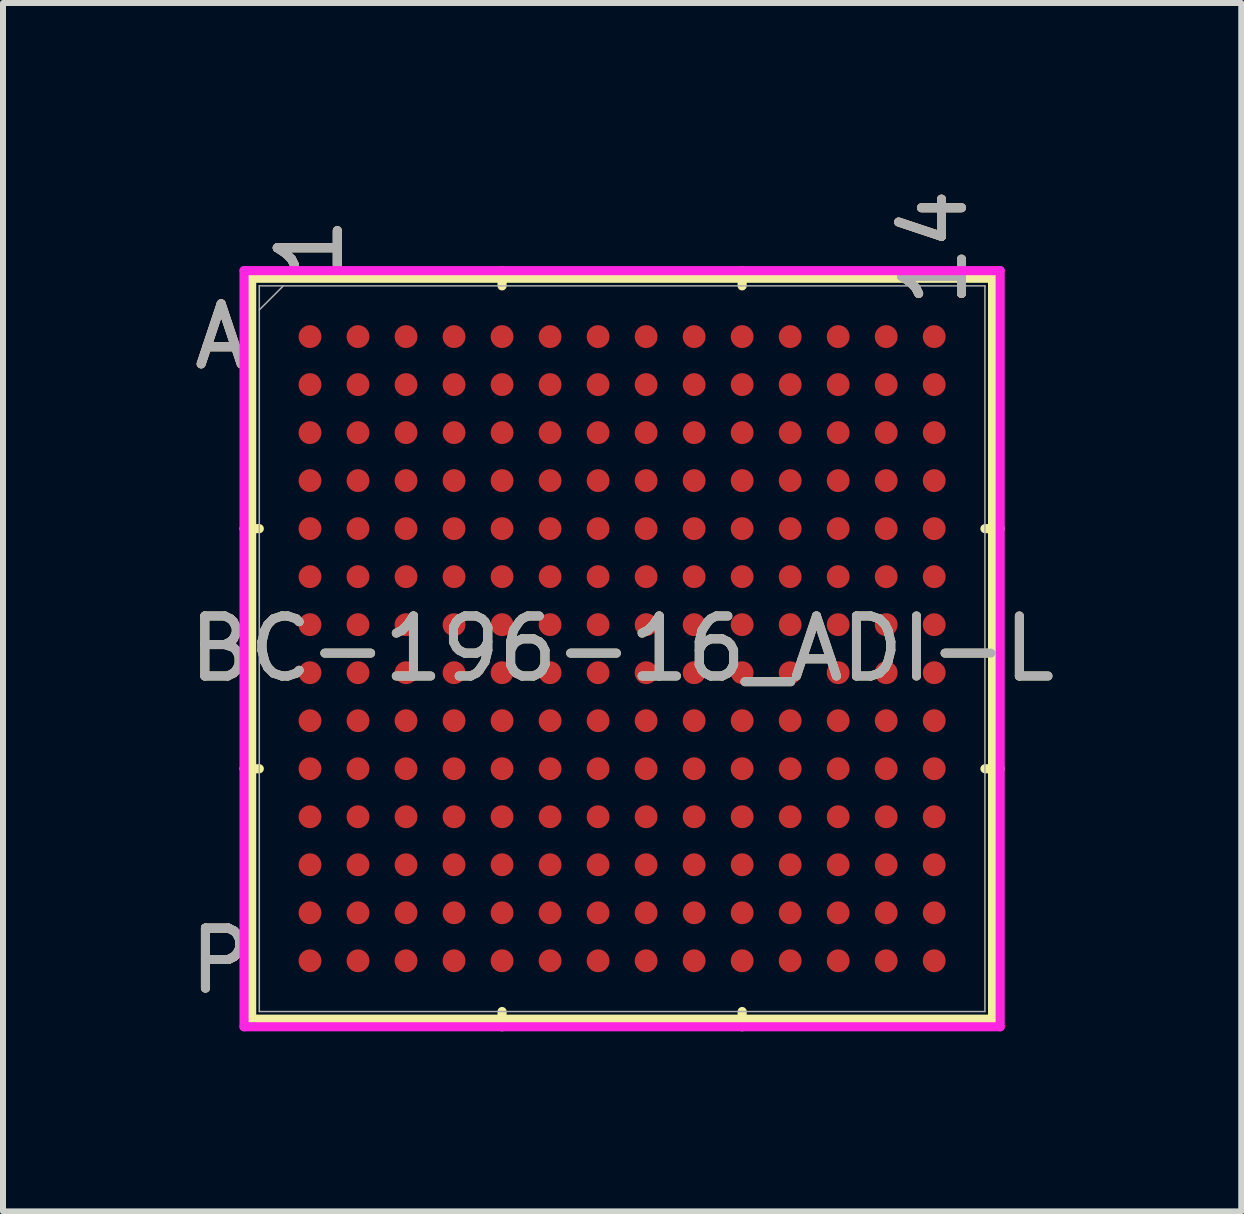
<source format=kicad_pcb>
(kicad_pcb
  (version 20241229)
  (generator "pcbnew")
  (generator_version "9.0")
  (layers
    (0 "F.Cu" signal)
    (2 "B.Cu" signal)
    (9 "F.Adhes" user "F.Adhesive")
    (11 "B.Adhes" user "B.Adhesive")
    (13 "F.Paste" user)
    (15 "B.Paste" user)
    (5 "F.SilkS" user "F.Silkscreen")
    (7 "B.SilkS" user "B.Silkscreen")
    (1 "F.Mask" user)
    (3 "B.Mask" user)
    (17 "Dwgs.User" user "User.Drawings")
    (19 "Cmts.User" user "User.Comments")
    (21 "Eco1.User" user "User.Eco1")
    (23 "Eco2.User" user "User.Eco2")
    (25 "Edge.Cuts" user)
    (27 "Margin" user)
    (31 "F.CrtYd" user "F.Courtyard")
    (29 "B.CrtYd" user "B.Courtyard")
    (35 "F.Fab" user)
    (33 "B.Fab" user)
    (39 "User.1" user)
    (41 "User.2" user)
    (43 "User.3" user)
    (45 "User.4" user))
  (footprint "BC-196-16_ADI-L"
    (layer "F.Cu")
    (at 7.315 7.758)
    (property "Reference" "BC-196-16_ADI-L" (at 0 0 0) (unlocked yes) (layer "F.SilkS") (effects (font (size 1 1) (thickness 0.15))))
    (attr smd)
    (fp_line (start -6.172 -6.172) (end -6.172 6.172) (stroke (width 0.152) (type solid)) (layer "F.SilkS"))
    (fp_line (start -6.172 6.172) (end 6.172 6.172) (stroke (width 0.152) (type solid)) (layer "F.SilkS"))
    (fp_line (start -6.045 -2) (end -6.299 -2) (stroke (width 0.152) (type solid)) (layer "F.SilkS"))
    (fp_line (start -6.045 2) (end -6.299 2) (stroke (width 0.152) (type solid)) (layer "F.SilkS"))
    (fp_line (start -2 -6.045) (end -2 -6.299) (stroke (width 0.152) (type solid)) (layer "F.SilkS"))
    (fp_line (start -2 6.045) (end -2 6.299) (stroke (width 0.152) (type solid)) (layer "F.SilkS"))
    (fp_line (start 2 -6.045) (end 2 -6.299) (stroke (width 0.152) (type solid)) (layer "F.SilkS"))
    (fp_line (start 2 6.045) (end 2 6.299) (stroke (width 0.152) (type solid)) (layer "F.SilkS"))
    (fp_line (start 6.045 -2) (end 6.299 -2) (stroke (width 0.152) (type solid)) (layer "F.SilkS"))
    (fp_line (start 6.045 2) (end 6.299 2) (stroke (width 0.152) (type solid)) (layer "F.SilkS"))
    (fp_line (start 6.172 -6.172) (end -6.172 -6.172) (stroke (width 0.152) (type solid)) (layer "F.SilkS"))
    (fp_line (start 6.172 6.172) (end 6.172 -6.172) (stroke (width 0.152) (type solid)) (layer "F.SilkS"))
    (fp_poly (pts (xy -6.045 -6.045) (xy 6.045 -6.045) (xy 6.045 6.045) (xy -6.045 6.045)) (stroke (width 0.1) (type solid)) (fill no) (layer "Eco2.User"))
    (fp_line (start -6.299 -6.299) (end 6.299 -6.299) (stroke (width 0.152) (type solid)) (layer "F.CrtYd"))
    (fp_line (start -6.299 6.299) (end -6.299 -6.299) (stroke (width 0.152) (type solid)) (layer "F.CrtYd"))
    (fp_line (start 6.299 -6.299) (end 6.299 6.299) (stroke (width 0.152) (type solid)) (layer "F.CrtYd"))
    (fp_line (start 6.299 6.299) (end -6.299 6.299) (stroke (width 0.152) (type solid)) (layer "F.CrtYd"))
    (fp_line (start -6.045 -6.045) (end -6.045 6.045) (stroke (width 0.025) (type solid)) (layer "F.Fab"))
    (fp_line (start -6.045 6.045) (end 6.045 6.045) (stroke (width 0.025) (type solid)) (layer "F.Fab"))
    (fp_line (start -5.645 -6.045) (end -6.045 -5.645) (stroke (width 0.025) (type solid)) (layer "F.Fab"))
    (fp_line (start 6.045 -6.045) (end -6.045 -6.045) (stroke (width 0.025) (type solid)) (layer "F.Fab"))
    (fp_line (start 6.045 6.045) (end 6.045 -6.045) (stroke (width 0.025) (type solid)) (layer "F.Fab"))
    (fp_text user "P" (at -6.68 5.2 0) (unlocked yes) (layer "F.SilkS") (effects (font (size 1 1) (thickness 0.15))))
    (fp_text user "14" (at 5.2 -6.68 90) (unlocked yes) (layer "F.SilkS") (effects (font (size 1 1) (thickness 0.15))))
    (fp_text user "1" (at -5.2 -6.68 90) (unlocked yes) (layer "F.SilkS") (effects (font (size 1 1) (thickness 0.15))))
    (fp_text user "A" (at -6.68 -5.2 0) (unlocked yes) (layer "F.SilkS") (effects (font (size 1 1) (thickness 0.15))))
    (fp_text user "A" (at -6.68 -5.2 0) (unlocked yes) (layer "B.SilkS") (effects (font (size 1 1) (thickness 0.15))))
    (fp_text user "P" (at -6.68 5.2 0) (unlocked yes) (layer "B.SilkS") (effects (font (size 1 1) (thickness 0.15))))
    (fp_text user "14" (at 5.2 -6.68 90) (unlocked yes) (layer "B.SilkS") (effects (font (size 1 1) (thickness 0.15))))
    (fp_text user "1" (at -5.2 -6.68 90) (unlocked yes) (layer "B.SilkS") (effects (font (size 1 1) (thickness 0.15))))
    (fp_text user "1" (at -5.2 -6.68 90) (unlocked yes) (layer "F.Fab") (effects (font (size 1 1) (thickness 0.15))))
    (fp_text user "A" (at -6.68 -5.2 0) (unlocked yes) (layer "F.Fab") (effects (font (size 1 1) (thickness 0.15))))
    (fp_text user "${REFERENCE}" (at 0 0 0) (unlocked yes) (layer "F.Fab") (effects (font (size 1 1) (thickness 0.15))))
    (fp_text user "14" (at 5.2 -6.68 90) (unlocked yes) (layer "F.Fab") (effects (font (size 1 1) (thickness 0.15))))
    (fp_text user "P" (at -6.68 5.2 0) (unlocked yes) (layer "F.Fab") (effects (font (size 1 1) (thickness 0.15))))
    (pad "A1" smd circle (at -5.2 -5.2) (size 0.381 0.381) (layers "F.Cu" "F.Mask" "F.Paste"))
    (pad "A2" smd circle (at -4.4 -5.2) (size 0.381 0.381) (layers "F.Cu" "F.Mask" "F.Paste"))
    (pad "A3" smd circle (at -3.6 -5.2) (size 0.381 0.381) (layers "F.Cu" "F.Mask" "F.Paste"))
    (pad "A4" smd circle (at -2.8 -5.2) (size 0.381 0.381) (layers "F.Cu" "F.Mask" "F.Paste"))
    (pad "A5" smd circle (at -2 -5.2) (size 0.381 0.381) (layers "F.Cu" "F.Mask" "F.Paste"))
    (pad "A6" smd circle (at -1.2 -5.2) (size 0.381 0.381) (layers "F.Cu" "F.Mask" "F.Paste"))
    (pad "A7" smd circle (at -0.4 -5.2) (size 0.381 0.381) (layers "F.Cu" "F.Mask" "F.Paste"))
    (pad "A8" smd circle (at 0.4 -5.2) (size 0.381 0.381) (layers "F.Cu" "F.Mask" "F.Paste"))
    (pad "A9" smd circle (at 1.2 -5.2) (size 0.381 0.381) (layers "F.Cu" "F.Mask" "F.Paste"))
    (pad "A10" smd circle (at 2 -5.2) (size 0.381 0.381) (layers "F.Cu" "F.Mask" "F.Paste"))
    (pad "A11" smd circle (at 2.8 -5.2) (size 0.381 0.381) (layers "F.Cu" "F.Mask" "F.Paste"))
    (pad "A12" smd circle (at 3.6 -5.2) (size 0.381 0.381) (layers "F.Cu" "F.Mask" "F.Paste"))
    (pad "A13" smd circle (at 4.4 -5.2) (size 0.381 0.381) (layers "F.Cu" "F.Mask" "F.Paste"))
    (pad "A14" smd circle (at 5.2 -5.2) (size 0.381 0.381) (layers "F.Cu" "F.Mask" "F.Paste"))
    (pad "B1" smd circle (at -5.2 -4.4) (size 0.381 0.381) (layers "F.Cu" "F.Mask" "F.Paste"))
    (pad "B2" smd circle (at -4.4 -4.4) (size 0.381 0.381) (layers "F.Cu" "F.Mask" "F.Paste"))
    (pad "B3" smd circle (at -3.6 -4.4) (size 0.381 0.381) (layers "F.Cu" "F.Mask" "F.Paste"))
    (pad "B4" smd circle (at -2.8 -4.4) (size 0.381 0.381) (layers "F.Cu" "F.Mask" "F.Paste"))
    (pad "B5" smd circle (at -2 -4.4) (size 0.381 0.381) (layers "F.Cu" "F.Mask" "F.Paste"))
    (pad "B6" smd circle (at -1.2 -4.4) (size 0.381 0.381) (layers "F.Cu" "F.Mask" "F.Paste"))
    (pad "B7" smd circle (at -0.4 -4.4) (size 0.381 0.381) (layers "F.Cu" "F.Mask" "F.Paste"))
    (pad "B8" smd circle (at 0.4 -4.4) (size 0.381 0.381) (layers "F.Cu" "F.Mask" "F.Paste"))
    (pad "B9" smd circle (at 1.2 -4.4) (size 0.381 0.381) (layers "F.Cu" "F.Mask" "F.Paste"))
    (pad "B10" smd circle (at 2 -4.4) (size 0.381 0.381) (layers "F.Cu" "F.Mask" "F.Paste"))
    (pad "B11" smd circle (at 2.8 -4.4) (size 0.381 0.381) (layers "F.Cu" "F.Mask" "F.Paste"))
    (pad "B12" smd circle (at 3.6 -4.4) (size 0.381 0.381) (layers "F.Cu" "F.Mask" "F.Paste"))
    (pad "B13" smd circle (at 4.4 -4.4) (size 0.381 0.381) (layers "F.Cu" "F.Mask" "F.Paste"))
    (pad "B14" smd circle (at 5.2 -4.4) (size 0.381 0.381) (layers "F.Cu" "F.Mask" "F.Paste"))
    (pad "C1" smd circle (at -5.2 -3.6) (size 0.381 0.381) (layers "F.Cu" "F.Mask" "F.Paste"))
    (pad "C2" smd circle (at -4.4 -3.6) (size 0.381 0.381) (layers "F.Cu" "F.Mask" "F.Paste"))
    (pad "C3" smd circle (at -3.6 -3.6) (size 0.381 0.381) (layers "F.Cu" "F.Mask" "F.Paste"))
    (pad "C4" smd circle (at -2.8 -3.6) (size 0.381 0.381) (layers "F.Cu" "F.Mask" "F.Paste"))
    (pad "C5" smd circle (at -2 -3.6) (size 0.381 0.381) (layers "F.Cu" "F.Mask" "F.Paste"))
    (pad "C6" smd circle (at -1.2 -3.6) (size 0.381 0.381) (layers "F.Cu" "F.Mask" "F.Paste"))
    (pad "C7" smd circle (at -0.4 -3.6) (size 0.381 0.381) (layers "F.Cu" "F.Mask" "F.Paste"))
    (pad "C8" smd circle (at 0.4 -3.6) (size 0.381 0.381) (layers "F.Cu" "F.Mask" "F.Paste"))
    (pad "C9" smd circle (at 1.2 -3.6) (size 0.381 0.381) (layers "F.Cu" "F.Mask" "F.Paste"))
    (pad "C10" smd circle (at 2 -3.6) (size 0.381 0.381) (layers "F.Cu" "F.Mask" "F.Paste"))
    (pad "C11" smd circle (at 2.8 -3.6) (size 0.381 0.381) (layers "F.Cu" "F.Mask" "F.Paste"))
    (pad "C12" smd circle (at 3.6 -3.6) (size 0.381 0.381) (layers "F.Cu" "F.Mask" "F.Paste"))
    (pad "C13" smd circle (at 4.4 -3.6) (size 0.381 0.381) (layers "F.Cu" "F.Mask" "F.Paste"))
    (pad "C14" smd circle (at 5.2 -3.6) (size 0.381 0.381) (layers "F.Cu" "F.Mask" "F.Paste"))
    (pad "D1" smd circle (at -5.2 -2.8) (size 0.381 0.381) (layers "F.Cu" "F.Mask" "F.Paste"))
    (pad "D2" smd circle (at -4.4 -2.8) (size 0.381 0.381) (layers "F.Cu" "F.Mask" "F.Paste"))
    (pad "D3" smd circle (at -3.6 -2.8) (size 0.381 0.381) (layers "F.Cu" "F.Mask" "F.Paste"))
    (pad "D4" smd circle (at -2.8 -2.8) (size 0.381 0.381) (layers "F.Cu" "F.Mask" "F.Paste"))
    (pad "D5" smd circle (at -2 -2.8) (size 0.381 0.381) (layers "F.Cu" "F.Mask" "F.Paste"))
    (pad "D6" smd circle (at -1.2 -2.8) (size 0.381 0.381) (layers "F.Cu" "F.Mask" "F.Paste"))
    (pad "D7" smd circle (at -0.4 -2.8) (size 0.381 0.381) (layers "F.Cu" "F.Mask" "F.Paste"))
    (pad "D8" smd circle (at 0.4 -2.8) (size 0.381 0.381) (layers "F.Cu" "F.Mask" "F.Paste"))
    (pad "D9" smd circle (at 1.2 -2.8) (size 0.381 0.381) (layers "F.Cu" "F.Mask" "F.Paste"))
    (pad "D10" smd circle (at 2 -2.8) (size 0.381 0.381) (layers "F.Cu" "F.Mask" "F.Paste"))
    (pad "D11" smd circle (at 2.8 -2.8) (size 0.381 0.381) (layers "F.Cu" "F.Mask" "F.Paste"))
    (pad "D12" smd circle (at 3.6 -2.8) (size 0.381 0.381) (layers "F.Cu" "F.Mask" "F.Paste"))
    (pad "D13" smd circle (at 4.4 -2.8) (size 0.381 0.381) (layers "F.Cu" "F.Mask" "F.Paste"))
    (pad "D14" smd circle (at 5.2 -2.8) (size 0.381 0.381) (layers "F.Cu" "F.Mask" "F.Paste"))
    (pad "E1" smd circle (at -5.2 -2) (size 0.381 0.381) (layers "F.Cu" "F.Mask" "F.Paste"))
    (pad "E2" smd circle (at -4.4 -2) (size 0.381 0.381) (layers "F.Cu" "F.Mask" "F.Paste"))
    (pad "E3" smd circle (at -3.6 -2) (size 0.381 0.381) (layers "F.Cu" "F.Mask" "F.Paste"))
    (pad "E4" smd circle (at -2.8 -2) (size 0.381 0.381) (layers "F.Cu" "F.Mask" "F.Paste"))
    (pad "E5" smd circle (at -2 -2) (size 0.381 0.381) (layers "F.Cu" "F.Mask" "F.Paste"))
    (pad "E6" smd circle (at -1.2 -2) (size 0.381 0.381) (layers "F.Cu" "F.Mask" "F.Paste"))
    (pad "E7" smd circle (at -0.4 -2) (size 0.381 0.381) (layers "F.Cu" "F.Mask" "F.Paste"))
    (pad "E8" smd circle (at 0.4 -2) (size 0.381 0.381) (layers "F.Cu" "F.Mask" "F.Paste"))
    (pad "E9" smd circle (at 1.2 -2) (size 0.381 0.381) (layers "F.Cu" "F.Mask" "F.Paste"))
    (pad "E10" smd circle (at 2 -2) (size 0.381 0.381) (layers "F.Cu" "F.Mask" "F.Paste"))
    (pad "E11" smd circle (at 2.8 -2) (size 0.381 0.381) (layers "F.Cu" "F.Mask" "F.Paste"))
    (pad "E12" smd circle (at 3.6 -2) (size 0.381 0.381) (layers "F.Cu" "F.Mask" "F.Paste"))
    (pad "E13" smd circle (at 4.4 -2) (size 0.381 0.381) (layers "F.Cu" "F.Mask" "F.Paste"))
    (pad "E14" smd circle (at 5.2 -2) (size 0.381 0.381) (layers "F.Cu" "F.Mask" "F.Paste"))
    (pad "F1" smd circle (at -5.2 -1.2) (size 0.381 0.381) (layers "F.Cu" "F.Mask" "F.Paste"))
    (pad "F2" smd circle (at -4.4 -1.2) (size 0.381 0.381) (layers "F.Cu" "F.Mask" "F.Paste"))
    (pad "F3" smd circle (at -3.6 -1.2) (size 0.381 0.381) (layers "F.Cu" "F.Mask" "F.Paste"))
    (pad "F4" smd circle (at -2.8 -1.2) (size 0.381 0.381) (layers "F.Cu" "F.Mask" "F.Paste"))
    (pad "F5" smd circle (at -2 -1.2) (size 0.381 0.381) (layers "F.Cu" "F.Mask" "F.Paste"))
    (pad "F6" smd circle (at -1.2 -1.2) (size 0.381 0.381) (layers "F.Cu" "F.Mask" "F.Paste"))
    (pad "F7" smd circle (at -0.4 -1.2) (size 0.381 0.381) (layers "F.Cu" "F.Mask" "F.Paste"))
    (pad "F8" smd circle (at 0.4 -1.2) (size 0.381 0.381) (layers "F.Cu" "F.Mask" "F.Paste"))
    (pad "F9" smd circle (at 1.2 -1.2) (size 0.381 0.381) (layers "F.Cu" "F.Mask" "F.Paste"))
    (pad "F10" smd circle (at 2 -1.2) (size 0.381 0.381) (layers "F.Cu" "F.Mask" "F.Paste"))
    (pad "F11" smd circle (at 2.8 -1.2) (size 0.381 0.381) (layers "F.Cu" "F.Mask" "F.Paste"))
    (pad "F12" smd circle (at 3.6 -1.2) (size 0.381 0.381) (layers "F.Cu" "F.Mask" "F.Paste"))
    (pad "F13" smd circle (at 4.4 -1.2) (size 0.381 0.381) (layers "F.Cu" "F.Mask" "F.Paste"))
    (pad "F14" smd circle (at 5.2 -1.2) (size 0.381 0.381) (layers "F.Cu" "F.Mask" "F.Paste"))
    (pad "G1" smd circle (at -5.2 -0.4) (size 0.381 0.381) (layers "F.Cu" "F.Mask" "F.Paste"))
    (pad "G2" smd circle (at -4.4 -0.4) (size 0.381 0.381) (layers "F.Cu" "F.Mask" "F.Paste"))
    (pad "G3" smd circle (at -3.6 -0.4) (size 0.381 0.381) (layers "F.Cu" "F.Mask" "F.Paste"))
    (pad "G4" smd circle (at -2.8 -0.4) (size 0.381 0.381) (layers "F.Cu" "F.Mask" "F.Paste"))
    (pad "G5" smd circle (at -2 -0.4) (size 0.381 0.381) (layers "F.Cu" "F.Mask" "F.Paste"))
    (pad "G6" smd circle (at -1.2 -0.4) (size 0.381 0.381) (layers "F.Cu" "F.Mask" "F.Paste"))
    (pad "G7" smd circle (at -0.4 -0.4) (size 0.381 0.381) (layers "F.Cu" "F.Mask" "F.Paste"))
    (pad "G8" smd circle (at 0.4 -0.4) (size 0.381 0.381) (layers "F.Cu" "F.Mask" "F.Paste"))
    (pad "G9" smd circle (at 1.2 -0.4) (size 0.381 0.381) (layers "F.Cu" "F.Mask" "F.Paste"))
    (pad "G10" smd circle (at 2 -0.4) (size 0.381 0.381) (layers "F.Cu" "F.Mask" "F.Paste"))
    (pad "G11" smd circle (at 2.8 -0.4) (size 0.381 0.381) (layers "F.Cu" "F.Mask" "F.Paste"))
    (pad "G12" smd circle (at 3.6 -0.4) (size 0.381 0.381) (layers "F.Cu" "F.Mask" "F.Paste"))
    (pad "G13" smd circle (at 4.4 -0.4) (size 0.381 0.381) (layers "F.Cu" "F.Mask" "F.Paste"))
    (pad "G14" smd circle (at 5.2 -0.4) (size 0.381 0.381) (layers "F.Cu" "F.Mask" "F.Paste"))
    (pad "H1" smd circle (at -5.2 0.4) (size 0.381 0.381) (layers "F.Cu" "F.Mask" "F.Paste"))
    (pad "H2" smd circle (at -4.4 0.4) (size 0.381 0.381) (layers "F.Cu" "F.Mask" "F.Paste"))
    (pad "H3" smd circle (at -3.6 0.4) (size 0.381 0.381) (layers "F.Cu" "F.Mask" "F.Paste"))
    (pad "H4" smd circle (at -2.8 0.4) (size 0.381 0.381) (layers "F.Cu" "F.Mask" "F.Paste"))
    (pad "H5" smd circle (at -2 0.4) (size 0.381 0.381) (layers "F.Cu" "F.Mask" "F.Paste"))
    (pad "H6" smd circle (at -1.2 0.4) (size 0.381 0.381) (layers "F.Cu" "F.Mask" "F.Paste"))
    (pad "H7" smd circle (at -0.4 0.4) (size 0.381 0.381) (layers "F.Cu" "F.Mask" "F.Paste"))
    (pad "H8" smd circle (at 0.4 0.4) (size 0.381 0.381) (layers "F.Cu" "F.Mask" "F.Paste"))
    (pad "H9" smd circle (at 1.2 0.4) (size 0.381 0.381) (layers "F.Cu" "F.Mask" "F.Paste"))
    (pad "H10" smd circle (at 2 0.4) (size 0.381 0.381) (layers "F.Cu" "F.Mask" "F.Paste"))
    (pad "H11" smd circle (at 2.8 0.4) (size 0.381 0.381) (layers "F.Cu" "F.Mask" "F.Paste"))
    (pad "H12" smd circle (at 3.6 0.4) (size 0.381 0.381) (layers "F.Cu" "F.Mask" "F.Paste"))
    (pad "H13" smd circle (at 4.4 0.4) (size 0.381 0.381) (layers "F.Cu" "F.Mask" "F.Paste"))
    (pad "H14" smd circle (at 5.2 0.4) (size 0.381 0.381) (layers "F.Cu" "F.Mask" "F.Paste"))
    (pad "J1" smd circle (at -5.2 1.2) (size 0.381 0.381) (layers "F.Cu" "F.Mask" "F.Paste"))
    (pad "J2" smd circle (at -4.4 1.2) (size 0.381 0.381) (layers "F.Cu" "F.Mask" "F.Paste"))
    (pad "J3" smd circle (at -3.6 1.2) (size 0.381 0.381) (layers "F.Cu" "F.Mask" "F.Paste"))
    (pad "J4" smd circle (at -2.8 1.2) (size 0.381 0.381) (layers "F.Cu" "F.Mask" "F.Paste"))
    (pad "J5" smd circle (at -2 1.2) (size 0.381 0.381) (layers "F.Cu" "F.Mask" "F.Paste"))
    (pad "J6" smd circle (at -1.2 1.2) (size 0.381 0.381) (layers "F.Cu" "F.Mask" "F.Paste"))
    (pad "J7" smd circle (at -0.4 1.2) (size 0.381 0.381) (layers "F.Cu" "F.Mask" "F.Paste"))
    (pad "J8" smd circle (at 0.4 1.2) (size 0.381 0.381) (layers "F.Cu" "F.Mask" "F.Paste"))
    (pad "J9" smd circle (at 1.2 1.2) (size 0.381 0.381) (layers "F.Cu" "F.Mask" "F.Paste"))
    (pad "J10" smd circle (at 2 1.2) (size 0.381 0.381) (layers "F.Cu" "F.Mask" "F.Paste"))
    (pad "J11" smd circle (at 2.8 1.2) (size 0.381 0.381) (layers "F.Cu" "F.Mask" "F.Paste"))
    (pad "J12" smd circle (at 3.6 1.2) (size 0.381 0.381) (layers "F.Cu" "F.Mask" "F.Paste"))
    (pad "J13" smd circle (at 4.4 1.2) (size 0.381 0.381) (layers "F.Cu" "F.Mask" "F.Paste"))
    (pad "J14" smd circle (at 5.2 1.2) (size 0.381 0.381) (layers "F.Cu" "F.Mask" "F.Paste"))
    (pad "K1" smd circle (at -5.2 2) (size 0.381 0.381) (layers "F.Cu" "F.Mask" "F.Paste"))
    (pad "K2" smd circle (at -4.4 2) (size 0.381 0.381) (layers "F.Cu" "F.Mask" "F.Paste"))
    (pad "K3" smd circle (at -3.6 2) (size 0.381 0.381) (layers "F.Cu" "F.Mask" "F.Paste"))
    (pad "K4" smd circle (at -2.8 2) (size 0.381 0.381) (layers "F.Cu" "F.Mask" "F.Paste"))
    (pad "K5" smd circle (at -2 2) (size 0.381 0.381) (layers "F.Cu" "F.Mask" "F.Paste"))
    (pad "K6" smd circle (at -1.2 2) (size 0.381 0.381) (layers "F.Cu" "F.Mask" "F.Paste"))
    (pad "K7" smd circle (at -0.4 2) (size 0.381 0.381) (layers "F.Cu" "F.Mask" "F.Paste"))
    (pad "K8" smd circle (at 0.4 2) (size 0.381 0.381) (layers "F.Cu" "F.Mask" "F.Paste"))
    (pad "K9" smd circle (at 1.2 2) (size 0.381 0.381) (layers "F.Cu" "F.Mask" "F.Paste"))
    (pad "K10" smd circle (at 2 2) (size 0.381 0.381) (layers "F.Cu" "F.Mask" "F.Paste"))
    (pad "K11" smd circle (at 2.8 2) (size 0.381 0.381) (layers "F.Cu" "F.Mask" "F.Paste"))
    (pad "K12" smd circle (at 3.6 2) (size 0.381 0.381) (layers "F.Cu" "F.Mask" "F.Paste"))
    (pad "K13" smd circle (at 4.4 2) (size 0.381 0.381) (layers "F.Cu" "F.Mask" "F.Paste"))
    (pad "K14" smd circle (at 5.2 2) (size 0.381 0.381) (layers "F.Cu" "F.Mask" "F.Paste"))
    (pad "L1" smd circle (at -5.2 2.8) (size 0.381 0.381) (layers "F.Cu" "F.Mask" "F.Paste"))
    (pad "L2" smd circle (at -4.4 2.8) (size 0.381 0.381) (layers "F.Cu" "F.Mask" "F.Paste"))
    (pad "L3" smd circle (at -3.6 2.8) (size 0.381 0.381) (layers "F.Cu" "F.Mask" "F.Paste"))
    (pad "L4" smd circle (at -2.8 2.8) (size 0.381 0.381) (layers "F.Cu" "F.Mask" "F.Paste"))
    (pad "L5" smd circle (at -2 2.8) (size 0.381 0.381) (layers "F.Cu" "F.Mask" "F.Paste"))
    (pad "L6" smd circle (at -1.2 2.8) (size 0.381 0.381) (layers "F.Cu" "F.Mask" "F.Paste"))
    (pad "L7" smd circle (at -0.4 2.8) (size 0.381 0.381) (layers "F.Cu" "F.Mask" "F.Paste"))
    (pad "L8" smd circle (at 0.4 2.8) (size 0.381 0.381) (layers "F.Cu" "F.Mask" "F.Paste"))
    (pad "L9" smd circle (at 1.2 2.8) (size 0.381 0.381) (layers "F.Cu" "F.Mask" "F.Paste"))
    (pad "L10" smd circle (at 2 2.8) (size 0.381 0.381) (layers "F.Cu" "F.Mask" "F.Paste"))
    (pad "L11" smd circle (at 2.8 2.8) (size 0.381 0.381) (layers "F.Cu" "F.Mask" "F.Paste"))
    (pad "L12" smd circle (at 3.6 2.8) (size 0.381 0.381) (layers "F.Cu" "F.Mask" "F.Paste"))
    (pad "L13" smd circle (at 4.4 2.8) (size 0.381 0.381) (layers "F.Cu" "F.Mask" "F.Paste"))
    (pad "L14" smd circle (at 5.2 2.8) (size 0.381 0.381) (layers "F.Cu" "F.Mask" "F.Paste"))
    (pad "M1" smd circle (at -5.2 3.6) (size 0.381 0.381) (layers "F.Cu" "F.Mask" "F.Paste"))
    (pad "M2" smd circle (at -4.4 3.6) (size 0.381 0.381) (layers "F.Cu" "F.Mask" "F.Paste"))
    (pad "M3" smd circle (at -3.6 3.6) (size 0.381 0.381) (layers "F.Cu" "F.Mask" "F.Paste"))
    (pad "M4" smd circle (at -2.8 3.6) (size 0.381 0.381) (layers "F.Cu" "F.Mask" "F.Paste"))
    (pad "M5" smd circle (at -2 3.6) (size 0.381 0.381) (layers "F.Cu" "F.Mask" "F.Paste"))
    (pad "M6" smd circle (at -1.2 3.6) (size 0.381 0.381) (layers "F.Cu" "F.Mask" "F.Paste"))
    (pad "M7" smd circle (at -0.4 3.6) (size 0.381 0.381) (layers "F.Cu" "F.Mask" "F.Paste"))
    (pad "M8" smd circle (at 0.4 3.6) (size 0.381 0.381) (layers "F.Cu" "F.Mask" "F.Paste"))
    (pad "M9" smd circle (at 1.2 3.6) (size 0.381 0.381) (layers "F.Cu" "F.Mask" "F.Paste"))
    (pad "M10" smd circle (at 2 3.6) (size 0.381 0.381) (layers "F.Cu" "F.Mask" "F.Paste"))
    (pad "M11" smd circle (at 2.8 3.6) (size 0.381 0.381) (layers "F.Cu" "F.Mask" "F.Paste"))
    (pad "M12" smd circle (at 3.6 3.6) (size 0.381 0.381) (layers "F.Cu" "F.Mask" "F.Paste"))
    (pad "M13" smd circle (at 4.4 3.6) (size 0.381 0.381) (layers "F.Cu" "F.Mask" "F.Paste"))
    (pad "M14" smd circle (at 5.2 3.6) (size 0.381 0.381) (layers "F.Cu" "F.Mask" "F.Paste"))
    (pad "N1" smd circle (at -5.2 4.4) (size 0.381 0.381) (layers "F.Cu" "F.Mask" "F.Paste"))
    (pad "N2" smd circle (at -4.4 4.4) (size 0.381 0.381) (layers "F.Cu" "F.Mask" "F.Paste"))
    (pad "N3" smd circle (at -3.6 4.4) (size 0.381 0.381) (layers "F.Cu" "F.Mask" "F.Paste"))
    (pad "N4" smd circle (at -2.8 4.4) (size 0.381 0.381) (layers "F.Cu" "F.Mask" "F.Paste"))
    (pad "N5" smd circle (at -2 4.4) (size 0.381 0.381) (layers "F.Cu" "F.Mask" "F.Paste"))
    (pad "N6" smd circle (at -1.2 4.4) (size 0.381 0.381) (layers "F.Cu" "F.Mask" "F.Paste"))
    (pad "N7" smd circle (at -0.4 4.4) (size 0.381 0.381) (layers "F.Cu" "F.Mask" "F.Paste"))
    (pad "N8" smd circle (at 0.4 4.4) (size 0.381 0.381) (layers "F.Cu" "F.Mask" "F.Paste"))
    (pad "N9" smd circle (at 1.2 4.4) (size 0.381 0.381) (layers "F.Cu" "F.Mask" "F.Paste"))
    (pad "N10" smd circle (at 2 4.4) (size 0.381 0.381) (layers "F.Cu" "F.Mask" "F.Paste"))
    (pad "N11" smd circle (at 2.8 4.4) (size 0.381 0.381) (layers "F.Cu" "F.Mask" "F.Paste"))
    (pad "N12" smd circle (at 3.6 4.4) (size 0.381 0.381) (layers "F.Cu" "F.Mask" "F.Paste"))
    (pad "N13" smd circle (at 4.4 4.4) (size 0.381 0.381) (layers "F.Cu" "F.Mask" "F.Paste"))
    (pad "N14" smd circle (at 5.2 4.4) (size 0.381 0.381) (layers "F.Cu" "F.Mask" "F.Paste"))
    (pad "P1" smd circle (at -5.2 5.2) (size 0.381 0.381) (layers "F.Cu" "F.Mask" "F.Paste"))
    (pad "P2" smd circle (at -4.4 5.2) (size 0.381 0.381) (layers "F.Cu" "F.Mask" "F.Paste"))
    (pad "P3" smd circle (at -3.6 5.2) (size 0.381 0.381) (layers "F.Cu" "F.Mask" "F.Paste"))
    (pad "P4" smd circle (at -2.8 5.2) (size 0.381 0.381) (layers "F.Cu" "F.Mask" "F.Paste"))
    (pad "P5" smd circle (at -2 5.2) (size 0.381 0.381) (layers "F.Cu" "F.Mask" "F.Paste"))
    (pad "P6" smd circle (at -1.2 5.2) (size 0.381 0.381) (layers "F.Cu" "F.Mask" "F.Paste"))
    (pad "P7" smd circle (at -0.4 5.2) (size 0.381 0.381) (layers "F.Cu" "F.Mask" "F.Paste"))
    (pad "P8" smd circle (at 0.4 5.2) (size 0.381 0.381) (layers "F.Cu" "F.Mask" "F.Paste"))
    (pad "P9" smd circle (at 1.2 5.2) (size 0.381 0.381) (layers "F.Cu" "F.Mask" "F.Paste"))
    (pad "P10" smd circle (at 2 5.2) (size 0.381 0.381) (layers "F.Cu" "F.Mask" "F.Paste"))
    (pad "P11" smd circle (at 2.8 5.2) (size 0.381 0.381) (layers "F.Cu" "F.Mask" "F.Paste"))
    (pad "P12" smd circle (at 3.6 5.2) (size 0.381 0.381) (layers "F.Cu" "F.Mask" "F.Paste"))
    (pad "P13" smd circle (at 4.4 5.2) (size 0.381 0.381) (layers "F.Cu" "F.Mask" "F.Paste"))
    (pad "P14" smd circle (at 5.2 5.2) (size 0.381 0.381) (layers "F.Cu" "F.Mask" "F.Paste")))
  (gr_rect
    (start -3 -3)
    (end 17.631 17.133)
    (stroke (width 0.1) (type default))
    (fill no)
    (layer "Edge.Cuts")))
</source>
